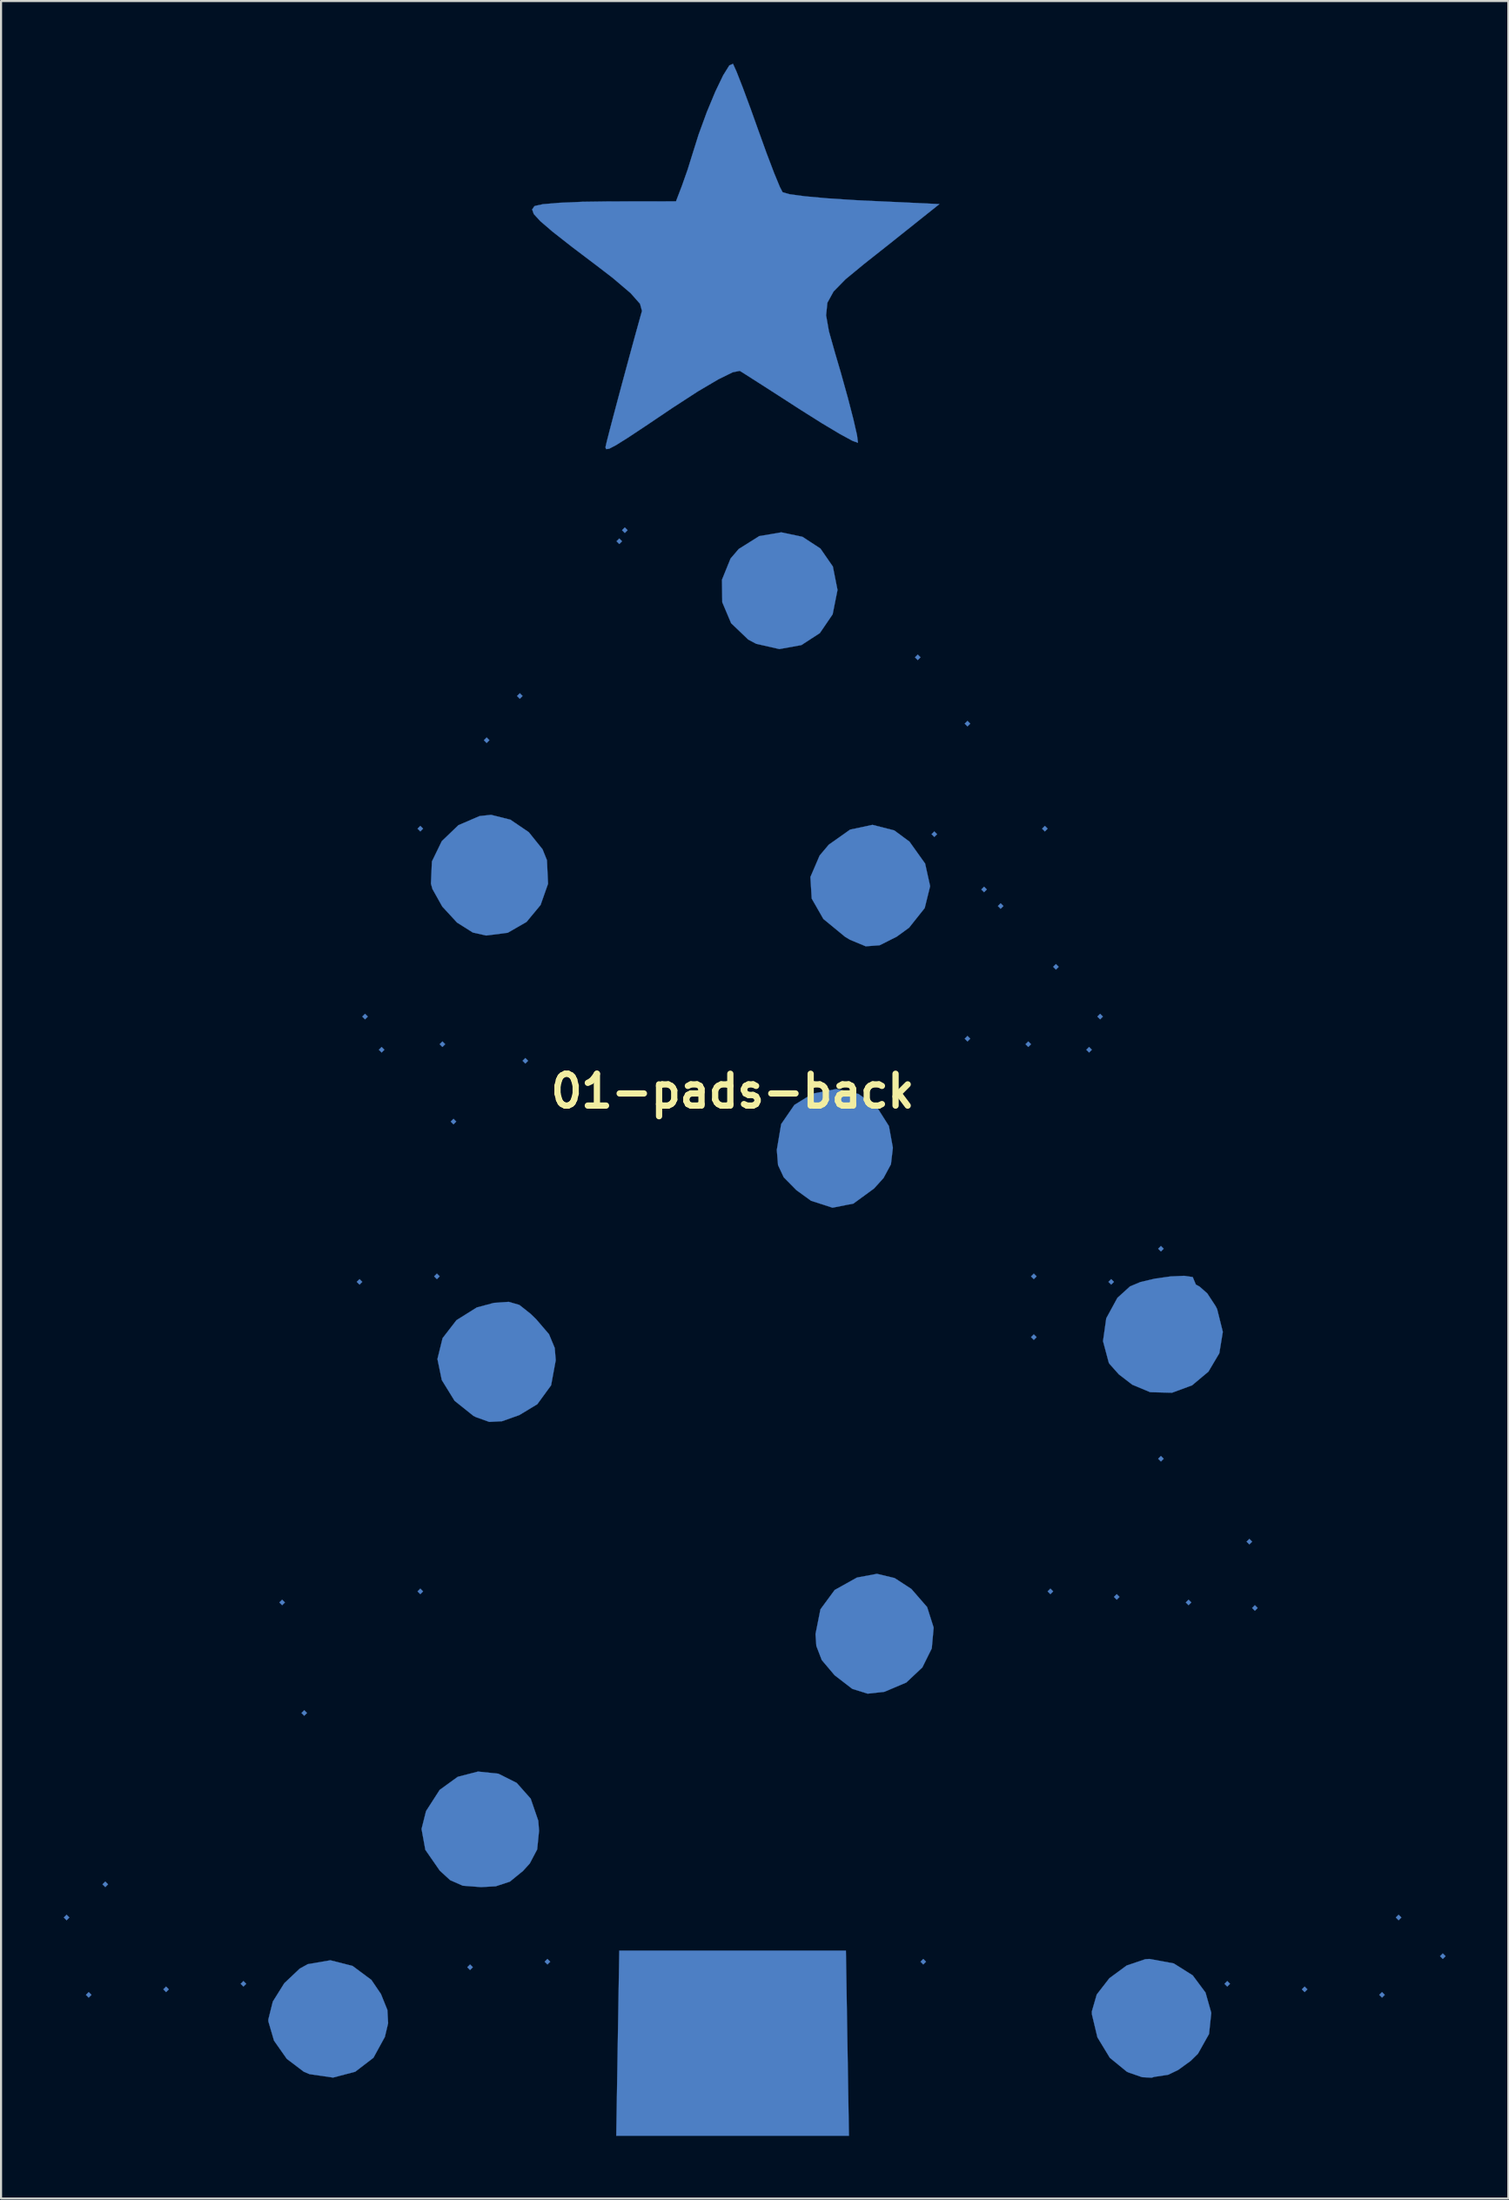
<source format=kicad_pcb>
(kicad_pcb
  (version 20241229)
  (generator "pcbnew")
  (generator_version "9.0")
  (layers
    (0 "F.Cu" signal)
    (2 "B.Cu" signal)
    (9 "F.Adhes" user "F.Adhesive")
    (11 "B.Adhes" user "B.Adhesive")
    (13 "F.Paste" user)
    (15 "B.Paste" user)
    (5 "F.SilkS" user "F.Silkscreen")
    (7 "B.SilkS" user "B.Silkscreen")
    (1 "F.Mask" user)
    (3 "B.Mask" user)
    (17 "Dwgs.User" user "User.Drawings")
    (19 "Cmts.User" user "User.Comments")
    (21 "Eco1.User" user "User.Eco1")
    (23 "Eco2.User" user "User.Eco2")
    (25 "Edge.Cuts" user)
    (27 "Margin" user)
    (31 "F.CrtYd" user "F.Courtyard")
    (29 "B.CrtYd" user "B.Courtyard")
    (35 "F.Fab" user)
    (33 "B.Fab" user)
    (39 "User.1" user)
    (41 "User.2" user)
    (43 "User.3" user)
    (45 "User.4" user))
  (footprint "01-pads-back"
    (layer "B.Cu")
    (at 32.02 49.186)
    (property "Reference" "01-pads-back" (at 0 0 0) (layer "F.SilkS") (effects (font (size 1.524 1.524) (thickness 0.3))))
    (attr through_hole)
    (fp_poly (pts (xy -31.75 39.555) (xy -31.882 39.688) (xy -32.015 39.555) (xy -31.882 39.423) (xy -31.75 39.555)) (stroke (width 0.01) (type solid)) (fill yes) (layer "B.Cu"))
    (fp_poly (pts (xy -30.692 43.259) (xy -30.824 43.392) (xy -30.956 43.259) (xy -30.824 43.127) (xy -30.692 43.259)) (stroke (width 0.01) (type solid)) (fill yes) (layer "B.Cu"))
    (fp_poly (pts (xy -29.898 37.968) (xy -30.03 38.1) (xy -30.163 37.968) (xy -30.03 37.835) (xy -29.898 37.968)) (stroke (width 0.01) (type solid)) (fill yes) (layer "B.Cu"))
    (fp_poly (pts (xy -26.988 42.995) (xy -27.12 43.127) (xy -27.252 42.995) (xy -27.12 42.862) (xy -26.988 42.995)) (stroke (width 0.01) (type solid)) (fill yes) (layer "B.Cu"))
    (fp_poly (pts (xy -23.283 42.73) (xy -23.416 42.862) (xy -23.548 42.73) (xy -23.416 42.598) (xy -23.283 42.73)) (stroke (width 0.01) (type solid)) (fill yes) (layer "B.Cu"))
    (fp_poly (pts (xy -21.431 24.474) (xy -21.564 24.606) (xy -21.696 24.474) (xy -21.564 24.342) (xy -21.431 24.474)) (stroke (width 0.01) (type solid)) (fill yes) (layer "B.Cu"))
    (fp_poly (pts (xy -20.373 29.766) (xy -20.505 29.898) (xy -20.638 29.766) (xy -20.505 29.633) (xy -20.373 29.766)) (stroke (width 0.01) (type solid)) (fill yes) (layer "B.Cu"))
    (fp_poly (pts (xy -17.727 9.128) (xy -17.859 9.26) (xy -17.992 9.128) (xy -17.859 8.996) (xy -17.727 9.128)) (stroke (width 0.01) (type solid)) (fill yes) (layer "B.Cu"))
    (fp_poly (pts (xy -17.462 -3.572) (xy -17.595 -3.44) (xy -17.727 -3.572) (xy -17.595 -3.704) (xy -17.462 -3.572)) (stroke (width 0.01) (type solid)) (fill yes) (layer "B.Cu"))
    (fp_poly (pts (xy -16.669 -1.984) (xy -16.801 -1.852) (xy -16.933 -1.984) (xy -16.801 -2.117) (xy -16.669 -1.984)) (stroke (width 0.01) (type solid)) (fill yes) (layer "B.Cu"))
    (fp_poly (pts (xy -14.817 -12.568) (xy -14.949 -12.435) (xy -15.081 -12.568) (xy -14.949 -12.7) (xy -14.817 -12.568)) (stroke (width 0.01) (type solid)) (fill yes) (layer "B.Cu"))
    (fp_poly (pts (xy -14.817 23.945) (xy -14.949 24.077) (xy -15.081 23.945) (xy -14.949 23.812) (xy -14.817 23.945)) (stroke (width 0.01) (type solid)) (fill yes) (layer "B.Cu"))
    (fp_poly (pts (xy -14.023 8.864) (xy -14.155 8.996) (xy -14.287 8.864) (xy -14.155 8.731) (xy -14.023 8.864)) (stroke (width 0.01) (type solid)) (fill yes) (layer "B.Cu"))
    (fp_poly (pts (xy -13.758 -2.249) (xy -13.891 -2.117) (xy -14.023 -2.249) (xy -13.891 -2.381) (xy -13.758 -2.249)) (stroke (width 0.01) (type solid)) (fill yes) (layer "B.Cu"))
    (fp_poly (pts (xy -13.229 1.455) (xy -13.361 1.587) (xy -13.494 1.455) (xy -13.361 1.323) (xy -13.229 1.455)) (stroke (width 0.01) (type solid)) (fill yes) (layer "B.Cu"))
    (fp_poly (pts (xy -12.435 41.936) (xy -12.568 42.069) (xy -12.7 41.936) (xy -12.568 41.804) (xy -12.435 41.936)) (stroke (width 0.01) (type solid)) (fill yes) (layer "B.Cu"))
    (fp_poly (pts (xy -11.642 -16.801) (xy -11.774 -16.669) (xy -11.906 -16.801) (xy -11.774 -16.933) (xy -11.642 -16.801)) (stroke (width 0.01) (type solid)) (fill yes) (layer "B.Cu"))
    (fp_poly (pts (xy -10.054 -18.918) (xy -10.186 -18.785) (xy -10.319 -18.918) (xy -10.186 -19.05) (xy -10.054 -18.918)) (stroke (width 0.01) (type solid)) (fill yes) (layer "B.Cu"))
    (fp_poly (pts (xy -9.79 -1.455) (xy -9.922 -1.323) (xy -10.054 -1.455) (xy -9.922 -1.587) (xy -9.79 -1.455)) (stroke (width 0.01) (type solid)) (fill yes) (layer "B.Cu"))
    (fp_poly (pts (xy -8.731 41.672) (xy -8.864 41.804) (xy -8.996 41.672) (xy -8.864 41.54) (xy -8.731 41.672)) (stroke (width 0.01) (type solid)) (fill yes) (layer "B.Cu"))
    (fp_poly (pts (xy -5.292 -26.326) (xy -5.424 -26.194) (xy -5.556 -26.326) (xy -5.424 -26.458) (xy -5.292 -26.326)) (stroke (width 0.01) (type solid)) (fill yes) (layer "B.Cu"))
    (fp_poly (pts (xy -5.027 -26.855) (xy -5.159 -26.723) (xy -5.292 -26.855) (xy -5.159 -26.988) (xy -5.027 -26.855)) (stroke (width 0.01) (type solid)) (fill yes) (layer "B.Cu"))
    (fp_poly (pts (xy 5.569 50.006) (xy -5.569 50.006) (xy -5.424 41.143) (xy 5.424 41.143) (xy 5.569 50.006)) (stroke (width 0.01) (type solid)) (fill yes) (layer "B.Cu"))
    (fp_poly (pts (xy 8.996 -20.77) (xy 8.864 -20.638) (xy 8.731 -20.77) (xy 8.864 -20.902) (xy 8.996 -20.77)) (stroke (width 0.01) (type solid)) (fill yes) (layer "B.Cu"))
    (fp_poly (pts (xy 9.26 41.672) (xy 9.128 41.804) (xy 8.996 41.672) (xy 9.128 41.54) (xy 9.26 41.672)) (stroke (width 0.01) (type solid)) (fill yes) (layer "B.Cu"))
    (fp_poly (pts (xy 9.79 -12.303) (xy 9.657 -12.171) (xy 9.525 -12.303) (xy 9.657 -12.435) (xy 9.79 -12.303)) (stroke (width 0.01) (type solid)) (fill yes) (layer "B.Cu"))
    (fp_poly (pts (xy 11.377 -17.595) (xy 11.245 -17.463) (xy 11.113 -17.595) (xy 11.245 -17.727) (xy 11.377 -17.595)) (stroke (width 0.01) (type solid)) (fill yes) (layer "B.Cu"))
    (fp_poly (pts (xy 11.377 -2.514) (xy 11.245 -2.381) (xy 11.113 -2.514) (xy 11.245 -2.646) (xy 11.377 -2.514)) (stroke (width 0.01) (type solid)) (fill yes) (layer "B.Cu"))
    (fp_poly (pts (xy 12.171 -9.657) (xy 12.039 -9.525) (xy 11.906 -9.657) (xy 12.039 -9.79) (xy 12.171 -9.657)) (stroke (width 0.01) (type solid)) (fill yes) (layer "B.Cu"))
    (fp_poly (pts (xy 12.965 -8.864) (xy 12.832 -8.731) (xy 12.7 -8.864) (xy 12.832 -8.996) (xy 12.965 -8.864)) (stroke (width 0.01) (type solid)) (fill yes) (layer "B.Cu"))
    (fp_poly (pts (xy 14.287 -2.249) (xy 14.155 -2.117) (xy 14.023 -2.249) (xy 14.155 -2.381) (xy 14.287 -2.249)) (stroke (width 0.01) (type solid)) (fill yes) (layer "B.Cu"))
    (fp_poly (pts (xy 14.552 8.864) (xy 14.42 8.996) (xy 14.287 8.864) (xy 14.42 8.731) (xy 14.552 8.864)) (stroke (width 0.01) (type solid)) (fill yes) (layer "B.Cu"))
    (fp_poly (pts (xy 14.552 11.774) (xy 14.42 11.906) (xy 14.287 11.774) (xy 14.42 11.642) (xy 14.552 11.774)) (stroke (width 0.01) (type solid)) (fill yes) (layer "B.Cu"))
    (fp_poly (pts (xy 15.081 -12.568) (xy 14.949 -12.435) (xy 14.817 -12.568) (xy 14.949 -12.7) (xy 15.081 -12.568)) (stroke (width 0.01) (type solid)) (fill yes) (layer "B.Cu"))
    (fp_poly (pts (xy 15.346 23.945) (xy 15.214 24.077) (xy 15.081 23.945) (xy 15.214 23.812) (xy 15.346 23.945)) (stroke (width 0.01) (type solid)) (fill yes) (layer "B.Cu"))
    (fp_poly (pts (xy 15.61 -5.953) (xy 15.478 -5.821) (xy 15.346 -5.953) (xy 15.478 -6.085) (xy 15.61 -5.953)) (stroke (width 0.01) (type solid)) (fill yes) (layer "B.Cu"))
    (fp_poly (pts (xy 17.198 -1.984) (xy 17.066 -1.852) (xy 16.933 -1.984) (xy 17.066 -2.117) (xy 17.198 -1.984)) (stroke (width 0.01) (type solid)) (fill yes) (layer "B.Cu"))
    (fp_poly (pts (xy 17.727 -3.572) (xy 17.595 -3.44) (xy 17.462 -3.572) (xy 17.595 -3.704) (xy 17.727 -3.572)) (stroke (width 0.01) (type solid)) (fill yes) (layer "B.Cu"))
    (fp_poly (pts (xy 18.256 9.128) (xy 18.124 9.26) (xy 17.992 9.128) (xy 18.124 8.996) (xy 18.256 9.128)) (stroke (width 0.01) (type solid)) (fill yes) (layer "B.Cu"))
    (fp_poly (pts (xy 18.521 24.209) (xy 18.389 24.342) (xy 18.256 24.209) (xy 18.389 24.077) (xy 18.521 24.209)) (stroke (width 0.01) (type solid)) (fill yes) (layer "B.Cu"))
    (fp_poly (pts (xy 20.637 7.541) (xy 20.505 7.673) (xy 20.373 7.541) (xy 20.505 7.408) (xy 20.637 7.541)) (stroke (width 0.01) (type solid)) (fill yes) (layer "B.Cu"))
    (fp_poly (pts (xy 20.637 17.595) (xy 20.505 17.727) (xy 20.373 17.595) (xy 20.505 17.462) (xy 20.637 17.595)) (stroke (width 0.01) (type solid)) (fill yes) (layer "B.Cu"))
    (fp_poly (pts (xy 21.96 24.474) (xy 21.828 24.606) (xy 21.696 24.474) (xy 21.828 24.342) (xy 21.96 24.474)) (stroke (width 0.01) (type solid)) (fill yes) (layer "B.Cu"))
    (fp_poly (pts (xy 23.812 42.73) (xy 23.68 42.862) (xy 23.548 42.73) (xy 23.68 42.598) (xy 23.812 42.73)) (stroke (width 0.01) (type solid)) (fill yes) (layer "B.Cu"))
    (fp_poly (pts (xy 24.871 21.564) (xy 24.739 21.696) (xy 24.606 21.564) (xy 24.739 21.431) (xy 24.871 21.564)) (stroke (width 0.01) (type solid)) (fill yes) (layer "B.Cu"))
    (fp_poly (pts (xy 25.135 24.739) (xy 25.003 24.871) (xy 24.871 24.739) (xy 25.003 24.606) (xy 25.135 24.739)) (stroke (width 0.01) (type solid)) (fill yes) (layer "B.Cu"))
    (fp_poly (pts (xy 27.517 42.995) (xy 27.384 43.127) (xy 27.252 42.995) (xy 27.384 42.862) (xy 27.517 42.995)) (stroke (width 0.01) (type solid)) (fill yes) (layer "B.Cu"))
    (fp_poly (pts (xy 31.221 43.259) (xy 31.089 43.392) (xy 30.956 43.259) (xy 31.089 43.127) (xy 31.221 43.259)) (stroke (width 0.01) (type solid)) (fill yes) (layer "B.Cu"))
    (fp_poly (pts (xy 32.015 39.555) (xy 31.882 39.688) (xy 31.75 39.555) (xy 31.882 39.423) (xy 32.015 39.555)) (stroke (width 0.01) (type solid)) (fill yes) (layer "B.Cu"))
    (fp_poly (pts (xy 34.131 41.407) (xy 33.999 41.54) (xy 33.867 41.407) (xy 33.999 41.275) (xy 34.131 41.407)) (stroke (width 0.01) (type solid)) (fill yes) (layer "B.Cu"))
    (fp_poly (pts (xy 3.344 -26.539) (xy 4.204 -25.978) (xy 4.8 -25.116) (xy 5.021 -24) (xy 5.021 -23.991) (xy 4.789 -22.827) (xy 4.177 -21.929) (xy 3.292 -21.355) (xy 2.24 -21.165) (xy 1.129 -21.417) (xy 0.748 -21.62) (xy -0.07 -22.403) (xy -0.494 -23.406) (xy -0.508 -24.484) (xy -0.098 -25.497) (xy 0.293 -25.955) (xy 1.277 -26.573) (xy 2.332 -26.752) (xy 3.344 -26.539)) (stroke (width 0.01) (type solid)) (fill yes) (layer "B.Cu"))
    (fp_poly (pts (xy 6.022 0.13) (xy 6.897 0.745) (xy 7.483 1.669) (xy 7.673 2.708) (xy 7.58 3.499) (xy 7.225 4.157) (xy 6.773 4.657) (xy 5.784 5.38) (xy 4.783 5.577) (xy 3.755 5.245) (xy 3.052 4.735) (xy 2.448 4.122) (xy 2.176 3.538) (xy 2.117 2.81) (xy 2.326 1.575) (xy 2.958 0.657) (xy 3.835 0.116) (xy 4.965 -0.105) (xy 6.022 0.13)) (stroke (width 0.01) (type solid)) (fill yes) (layer "B.Cu"))
    (fp_poly (pts (xy 7.74 -12.484) (xy 8.468 -11.946) (xy 9.216 -10.898) (xy 9.456 -9.815) (xy 9.197 -8.767) (xy 8.449 -7.827) (xy 7.857 -7.397) (xy 7.04 -6.986) (xy 6.374 -6.936) (xy 5.625 -7.247) (xy 5.389 -7.387) (xy 4.346 -8.245) (xy 3.788 -9.22) (xy 3.725 -10.252) (xy 4.167 -11.282) (xy 4.604 -11.8) (xy 5.623 -12.521) (xy 6.696 -12.75) (xy 7.74 -12.484)) (stroke (width 0.01) (type solid)) (fill yes) (layer "B.Cu"))
    (fp_poly (pts (xy -10.637 -12.997) (xy -9.756 -12.399) (xy -9.097 -11.579) (xy -8.888 -11.06) (xy -8.835 -9.93) (xy -9.192 -8.914) (xy -9.865 -8.102) (xy -10.763 -7.585) (xy -11.793 -7.452) (xy -12.435 -7.595) (xy -13.192 -8.073) (xy -13.898 -8.839) (xy -14.368 -9.678) (xy -14.44 -9.936) (xy -14.393 -10.998) (xy -13.921 -11.97) (xy -13.127 -12.733) (xy -12.113 -13.17) (xy -11.562 -13.229) (xy -10.637 -12.997)) (stroke (width 0.01) (type solid)) (fill yes) (layer "B.Cu"))
    (fp_poly (pts (xy 7.758 23.307) (xy 8.558 23.828) (xy 9.313 24.696) (xy 9.625 25.678) (xy 9.535 26.674) (xy 9.084 27.584) (xy 8.314 28.309) (xy 7.267 28.751) (xy 6.464 28.84) (xy 5.728 28.61) (xy 4.896 27.968) (xy 4.868 27.94) (xy 4.27 27.233) (xy 4.01 26.559) (xy 3.969 25.991) (xy 4.206 24.803) (xy 4.887 23.877) (xy 5.953 23.283) (xy 6.911 23.104) (xy 7.758 23.307)) (stroke (width 0.01) (type solid)) (fill yes) (layer "B.Cu"))
    (fp_poly (pts (xy -18.191 41.875) (xy -17.29 42.545) (xy -16.833 43.219) (xy -16.526 43.98) (xy -16.491 44.618) (xy -16.646 45.271) (xy -17.193 46.27) (xy -18.063 46.938) (xy -19.125 47.218) (xy -20.251 47.055) (xy -20.528 46.938) (xy -21.341 46.322) (xy -21.953 45.45) (xy -22.222 44.531) (xy -22.225 44.44) (xy -22.01 43.581) (xy -21.46 42.701) (xy -20.722 42.003) (xy -20.336 41.789) (xy -19.254 41.604) (xy -18.191 41.875)) (stroke (width 0.01) (type solid)) (fill yes) (layer "B.Cu"))
    (fp_poly (pts (xy -11.211 32.672) (xy -10.336 33.111) (xy -9.665 33.867) (xy -9.302 34.923) (xy -9.266 35.408) (xy -9.355 36.297) (xy -9.709 36.969) (xy -10.034 37.327) (xy -10.662 37.839) (xy -11.34 38.062) (xy -12.044 38.1) (xy -12.914 38.034) (xy -13.519 37.769) (xy -14.017 37.313) (xy -14.708 36.316) (xy -14.89 35.317) (xy -14.675 34.462) (xy -14.022 33.447) (xy -13.159 32.822) (xy -12.187 32.57) (xy -11.211 32.672)) (stroke (width 0.01) (type solid)) (fill yes) (layer "B.Cu"))
    (fp_poly (pts (xy -10.207 10.232) (xy -9.662 10.664) (xy -9.4 10.92) (xy -8.789 11.633) (xy -8.515 12.29) (xy -8.467 12.879) (xy -8.688 14.079) (xy -9.35 14.986) (xy -10.213 15.506) (xy -11.039 15.799) (xy -11.648 15.831) (xy -12.279 15.606) (xy -12.41 15.54) (xy -13.307 14.823) (xy -13.921 13.828) (xy -14.129 12.822) (xy -13.883 11.822) (xy -13.219 10.962) (xy -12.247 10.353) (xy -11.426 10.133) (xy -10.72 10.084) (xy -10.207 10.232)) (stroke (width 0.01) (type solid)) (fill yes) (layer "B.Cu"))
    (fp_poly (pts (xy 21.119 41.754) (xy 22.027 42.326) (xy 22.64 43.15) (xy 22.915 44.12) (xy 22.808 45.131) (xy 22.278 46.077) (xy 21.931 46.418) (xy 21.33 46.854) (xy 20.848 47.085) (xy 20.771 47.096) (xy 20.189 47.184) (xy 20.064 47.223) (xy 19.605 47.2) (xy 18.951 46.973) (xy 18.87 46.935) (xy 18.06 46.273) (xy 17.465 45.293) (xy 17.202 44.193) (xy 17.198 44.053) (xy 17.433 43.241) (xy 18.037 42.463) (xy 18.862 41.855) (xy 19.759 41.552) (xy 19.959 41.54) (xy 21.119 41.754)) (stroke (width 0.01) (type solid)) (fill yes) (layer "B.Cu"))
    (fp_poly (pts (xy 22.028 8.898) (xy 22.078 9.02) (xy 22.177 9.256) (xy 22.359 9.357) (xy 22.725 9.681) (xy 23.123 10.289) (xy 23.196 10.434) (xy 23.468 11.522) (xy 23.3 12.545) (xy 22.78 13.424) (xy 21.996 14.08) (xy 21.037 14.434) (xy 19.991 14.408) (xy 19.133 14.05) (xy 18.49 13.555) (xy 18.038 13.048) (xy 18.009 12.996) (xy 17.733 11.964) (xy 17.887 10.873) (xy 18.422 9.892) (xy 19.025 9.345) (xy 19.517 9.138) (xy 20.214 8.974) (xy 20.965 8.868) (xy 21.62 8.838) (xy 22.028 8.898)) (stroke (width 0.01) (type solid)) (fill yes) (layer "B.Cu"))
    (fp_poly (pts (xy 0.02 -49.18) (xy 0.192 -48.798) (xy 0.491 -48.033) (xy 0.872 -47.004) (xy 1.215 -46.044) (xy 1.627 -44.902) (xy 1.991 -43.944) (xy 2.265 -43.281) (xy 2.394 -43.034) (xy 2.718 -42.94) (xy 3.469 -42.839) (xy 4.544 -42.741) (xy 5.841 -42.657) (xy 6.247 -42.637) (xy 9.9 -42.466) (xy 7.53 -40.576) (xy 6.29 -39.596) (xy 5.405 -38.866) (xy 4.834 -38.283) (xy 4.537 -37.743) (xy 4.476 -37.142) (xy 4.611 -36.377) (xy 4.902 -35.345) (xy 5.176 -34.414) (xy 5.519 -33.183) (xy 5.787 -32.146) (xy 5.956 -31.404) (xy 6.001 -31.055) (xy 5.996 -31.043) (xy 5.742 -31.132) (xy 5.138 -31.461) (xy 4.275 -31.976) (xy 3.27 -32.609) (xy 2.214 -33.29) (xy 1.306 -33.873) (xy 0.646 -34.294) (xy 0.345 -34.483) (xy 0.007 -34.416) (xy -0.685 -34.075) (xy -1.659 -33.501) (xy -2.843 -32.733) (xy -2.918 -32.683) (xy -4.156 -31.849) (xy -5.023 -31.275) (xy -5.584 -30.924) (xy -5.904 -30.757) (xy -6.05 -30.735) (xy -6.085 -30.82) (xy -6.085 -30.828) (xy -6.02 -31.11) (xy -5.846 -31.787) (xy -5.593 -32.745) (xy -5.292 -33.87) (xy -4.974 -35.046) (xy -4.67 -36.159) (xy -4.41 -37.095) (xy -4.337 -37.352) (xy -4.43 -37.692) (xy -4.885 -38.206) (xy -5.738 -38.931) (xy -6.405 -39.444) (xy -7.701 -40.426) (xy -8.619 -41.146) (xy -9.207 -41.651) (xy -9.516 -41.989) (xy -9.595 -42.208) (xy -9.494 -42.356) (xy -9.462 -42.378) (xy -9.079 -42.461) (xy -8.283 -42.529) (xy -7.191 -42.576) (xy -5.919 -42.594) (xy -2.71 -42.598) (xy -2.431 -43.326) (xy -2.15 -44.122) (xy -1.966 -44.715) (xy -1.628 -45.792) (xy -1.234 -46.87) (xy -0.827 -47.848) (xy -0.453 -48.627) (xy -0.156 -49.105) (xy 0.019 -49.181) (xy 0.02 -49.18)) (stroke (width 0.01) (type solid)) (fill yes) (layer "B.Cu")))
  (gr_rect
    (start -3 -3)
    (end 69.156 102.197)
    (stroke (width 0.1) (type default))
    (fill no)
    (layer "Edge.Cuts")))
</source>
